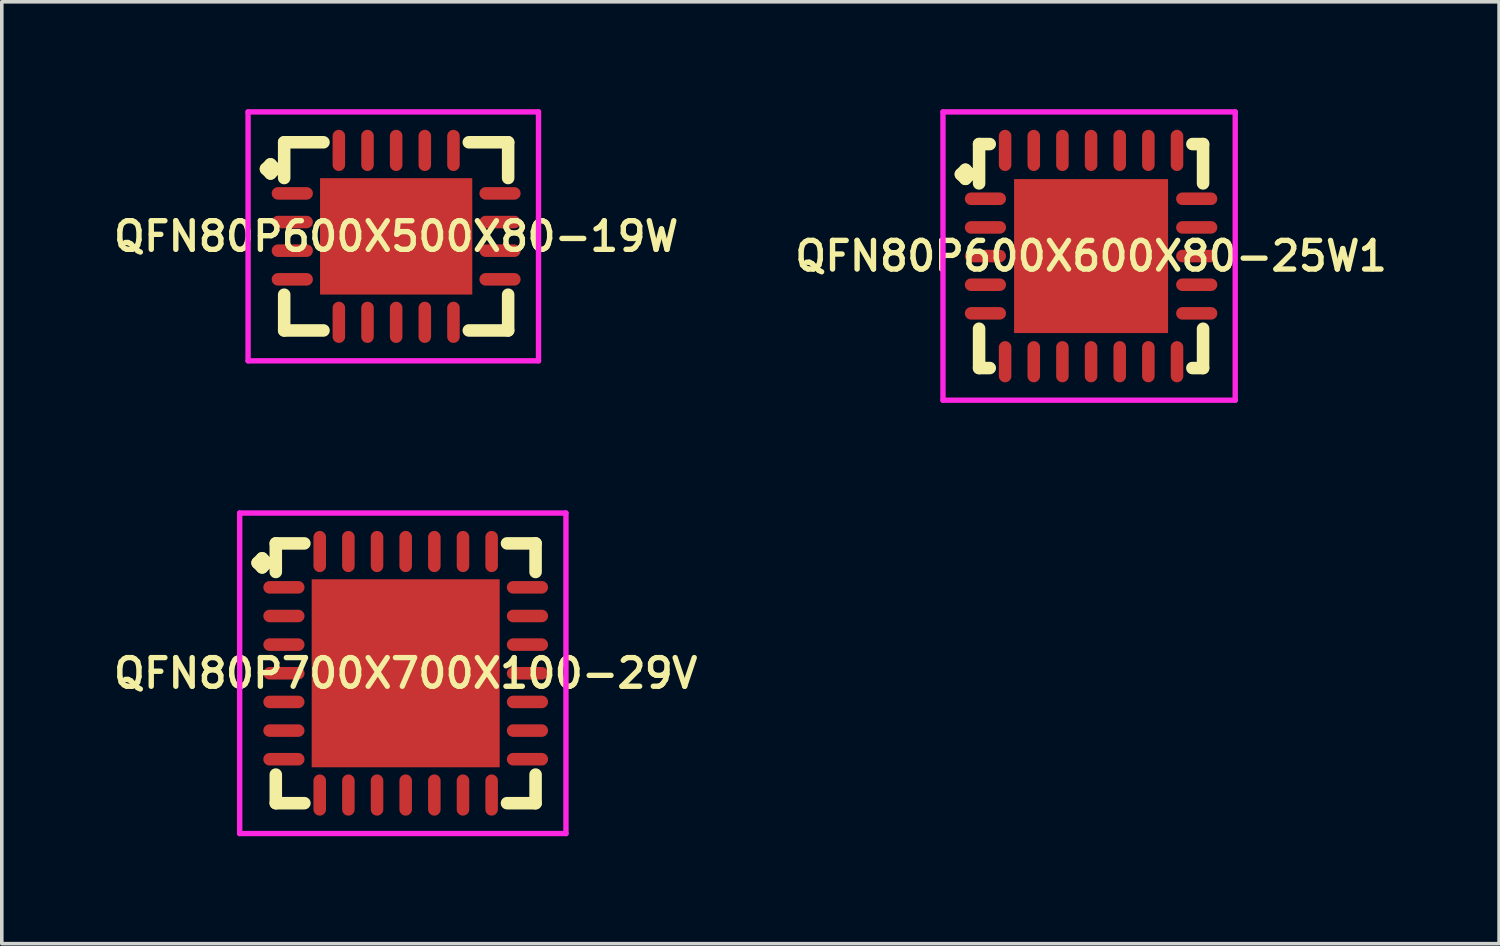
<source format=kicad_pcb>
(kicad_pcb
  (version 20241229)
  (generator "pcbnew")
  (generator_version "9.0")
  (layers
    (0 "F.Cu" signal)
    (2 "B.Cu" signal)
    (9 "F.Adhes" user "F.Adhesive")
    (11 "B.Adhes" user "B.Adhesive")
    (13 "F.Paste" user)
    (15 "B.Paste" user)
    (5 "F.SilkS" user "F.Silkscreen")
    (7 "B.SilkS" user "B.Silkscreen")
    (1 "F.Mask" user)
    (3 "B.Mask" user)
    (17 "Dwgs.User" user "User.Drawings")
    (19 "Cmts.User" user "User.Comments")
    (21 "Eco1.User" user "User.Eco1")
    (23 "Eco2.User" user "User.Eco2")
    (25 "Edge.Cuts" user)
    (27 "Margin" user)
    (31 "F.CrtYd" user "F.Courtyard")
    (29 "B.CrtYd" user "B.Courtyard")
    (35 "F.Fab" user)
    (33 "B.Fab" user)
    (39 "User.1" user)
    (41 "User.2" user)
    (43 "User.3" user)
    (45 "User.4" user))
  (footprint "QFN80P600X600X80-25W1"
    (layer "F.Cu")
    (at 27.416 4.1)
    (property "Reference" "QFN80P600X600X80-25W1" (at 0 0 0) (layer "F.SilkS") (effects (font (size 0.8 0.8) (thickness 0.15))))
    (attr smd)
    (fp_line (start -3.635 -2.283) (end -3.508 -2.41) (stroke (width 0.35) (type solid)) (layer "F.SilkS"))
    (fp_line (start -3.508 -2.41) (end -3.381 -2.283) (stroke (width 0.35) (type solid)) (layer "F.SilkS"))
    (fp_line (start -3.508 -2.156) (end -3.635 -2.283) (stroke (width 0.35) (type solid)) (layer "F.SilkS"))
    (fp_line (start -3.381 -2.283) (end -3.508 -2.156) (stroke (width 0.35) (type solid)) (layer "F.SilkS"))
    (fp_line (start -3.127 -3.127) (end -2.829 -3.127) (stroke (width 0.35) (type solid)) (layer "F.SilkS"))
    (fp_line (start -3.127 -2.029) (end -3.127 -3.127) (stroke (width 0.35) (type solid)) (layer "F.SilkS"))
    (fp_line (start -3.127 2.029) (end -3.127 3.127) (stroke (width 0.35) (type solid)) (layer "F.SilkS"))
    (fp_line (start -3.127 3.127) (end -2.829 3.127) (stroke (width 0.35) (type solid)) (layer "F.SilkS"))
    (fp_line (start 2.829 -3.127) (end 3.127 -3.127) (stroke (width 0.35) (type solid)) (layer "F.SilkS"))
    (fp_line (start 2.829 3.127) (end 3.127 3.127) (stroke (width 0.35) (type solid)) (layer "F.SilkS"))
    (fp_line (start 3.127 -3.127) (end 3.127 -2.029) (stroke (width 0.35) (type solid)) (layer "F.SilkS"))
    (fp_line (start 3.127 3.127) (end 3.127 2.029) (stroke (width 0.35) (type solid)) (layer "F.SilkS"))
    (fp_line (start -4.135 -4.025) (end 4.025 -4.025) (stroke (width 0.15) (type solid)) (layer "F.CrtYd"))
    (fp_line (start -4.135 4.025) (end -4.135 -4.025) (stroke (width 0.15) (type solid)) (layer "F.CrtYd"))
    (fp_line (start 4.025 -4.025) (end 4.025 4.025) (stroke (width 0.15) (type solid)) (layer "F.CrtYd"))
    (fp_line (start 4.025 4.025) (end -4.135 4.025) (stroke (width 0.15) (type solid)) (layer "F.CrtYd"))
    (pad "1" smd oval (at -2.95 -1.6) (size 1.15 0.35) (layers "F.Cu" "F.Mask" "F.Paste"))
    (pad "2" smd oval (at -2.95 -0.8) (size 1.15 0.35) (layers "F.Cu" "F.Mask" "F.Paste"))
    (pad "3" smd oval (at -2.95 0) (size 1.15 0.35) (layers "F.Cu" "F.Mask" "F.Paste"))
    (pad "4" smd oval (at -2.95 0.8) (size 1.15 0.35) (layers "F.Cu" "F.Mask" "F.Paste"))
    (pad "5" smd oval (at -2.95 1.6) (size 1.15 0.35) (layers "F.Cu" "F.Mask" "F.Paste"))
    (pad "6" smd oval (at -2.4 2.95) (size 0.35 1.15) (layers "F.Cu" "F.Mask" "F.Paste"))
    (pad "7" smd oval (at -1.6 2.95) (size 0.35 1.15) (layers "F.Cu" "F.Mask" "F.Paste"))
    (pad "8" smd oval (at -0.8 2.95) (size 0.35 1.15) (layers "F.Cu" "F.Mask" "F.Paste"))
    (pad "9" smd oval (at 0 2.95) (size 0.35 1.15) (layers "F.Cu" "F.Mask" "F.Paste"))
    (pad "10" smd oval (at 0.8 2.95) (size 0.35 1.15) (layers "F.Cu" "F.Mask" "F.Paste"))
    (pad "11" smd oval (at 1.6 2.95) (size 0.35 1.15) (layers "F.Cu" "F.Mask" "F.Paste"))
    (pad "12" smd oval (at 2.4 2.95) (size 0.35 1.15) (layers "F.Cu" "F.Mask" "F.Paste"))
    (pad "13" smd oval (at 2.95 1.6) (size 1.15 0.35) (layers "F.Cu" "F.Mask" "F.Paste"))
    (pad "14" smd oval (at 2.95 0.8) (size 1.15 0.35) (layers "F.Cu" "F.Mask" "F.Paste"))
    (pad "15" smd oval (at 2.95 0) (size 1.15 0.35) (layers "F.Cu" "F.Mask" "F.Paste"))
    (pad "16" smd oval (at 2.95 -0.8) (size 1.15 0.35) (layers "F.Cu" "F.Mask" "F.Paste"))
    (pad "17" smd oval (at 2.95 -1.6) (size 1.15 0.35) (layers "F.Cu" "F.Mask" "F.Paste"))
    (pad "18" smd oval (at 2.4 -2.95) (size 0.35 1.15) (layers "F.Cu" "F.Mask" "F.Paste"))
    (pad "19" smd oval (at 1.6 -2.95) (size 0.35 1.15) (layers "F.Cu" "F.Mask" "F.Paste"))
    (pad "20" smd oval (at 0.8 -2.95) (size 0.35 1.15) (layers "F.Cu" "F.Mask" "F.Paste"))
    (pad "21" smd oval (at 0 -2.95) (size 0.35 1.15) (layers "F.Cu" "F.Mask" "F.Paste"))
    (pad "22" smd oval (at -0.8 -2.95) (size 0.35 1.15) (layers "F.Cu" "F.Mask" "F.Paste"))
    (pad "23" smd oval (at -1.6 -2.95) (size 0.35 1.15) (layers "F.Cu" "F.Mask" "F.Paste"))
    (pad "24" smd oval (at -2.4 -2.95) (size 0.35 1.15) (layers "F.Cu" "F.Mask" "F.Paste"))
    (pad "25" smd rect (at 0 0) (size 4.3 4.3) (layers "F.Cu" "F.Mask" "F.Paste")))
  (footprint "QFN80P700X700X100-29V"
    (layer "F.Cu")
    (at 8.278 15.75)
    (property "Reference" "QFN80P700X700X100-29V" (at 0 0 0) (layer "F.SilkS") (effects (font (size 0.8 0.8) (thickness 0.15))))
    (attr smd)
    (fp_line (start -4.135 -3.083) (end -4.008 -3.21) (stroke (width 0.35) (type solid)) (layer "F.SilkS"))
    (fp_line (start -4.008 -3.21) (end -3.881 -3.083) (stroke (width 0.35) (type solid)) (layer "F.SilkS"))
    (fp_line (start -4.008 -2.956) (end -4.135 -3.083) (stroke (width 0.35) (type solid)) (layer "F.SilkS"))
    (fp_line (start -3.881 -3.083) (end -4.008 -2.956) (stroke (width 0.35) (type solid)) (layer "F.SilkS"))
    (fp_line (start -3.627 -3.627) (end -2.829 -3.627) (stroke (width 0.35) (type solid)) (layer "F.SilkS"))
    (fp_line (start -3.627 -2.829) (end -3.627 -3.627) (stroke (width 0.35) (type solid)) (layer "F.SilkS"))
    (fp_line (start -3.627 2.829) (end -3.627 3.627) (stroke (width 0.35) (type solid)) (layer "F.SilkS"))
    (fp_line (start -3.627 3.627) (end -2.829 3.627) (stroke (width 0.35) (type solid)) (layer "F.SilkS"))
    (fp_line (start 2.829 -3.627) (end 3.627 -3.627) (stroke (width 0.35) (type solid)) (layer "F.SilkS"))
    (fp_line (start 2.829 3.627) (end 3.627 3.627) (stroke (width 0.35) (type solid)) (layer "F.SilkS"))
    (fp_line (start 3.627 -3.627) (end 3.627 -2.829) (stroke (width 0.35) (type solid)) (layer "F.SilkS"))
    (fp_line (start 3.627 3.627) (end 3.627 2.829) (stroke (width 0.35) (type solid)) (layer "F.SilkS"))
    (fp_line (start -4.635 -4.475) (end 4.475 -4.475) (stroke (width 0.15) (type solid)) (layer "F.CrtYd"))
    (fp_line (start -4.635 4.475) (end -4.635 -4.475) (stroke (width 0.15) (type solid)) (layer "F.CrtYd"))
    (fp_line (start 4.475 -4.475) (end 4.475 4.475) (stroke (width 0.15) (type solid)) (layer "F.CrtYd"))
    (fp_line (start 4.475 4.475) (end -4.635 4.475) (stroke (width 0.15) (type solid)) (layer "F.CrtYd"))
    (pad "1" smd oval (at -3.4 -2.4) (size 1.15 0.35) (layers "F.Cu" "F.Mask" "F.Paste"))
    (pad "2" smd oval (at -3.4 -1.6) (size 1.15 0.35) (layers "F.Cu" "F.Mask" "F.Paste"))
    (pad "3" smd oval (at -3.4 -0.8) (size 1.15 0.35) (layers "F.Cu" "F.Mask" "F.Paste"))
    (pad "4" smd oval (at -3.4 0) (size 1.15 0.35) (layers "F.Cu" "F.Mask" "F.Paste"))
    (pad "5" smd oval (at -3.4 0.8) (size 1.15 0.35) (layers "F.Cu" "F.Mask" "F.Paste"))
    (pad "6" smd oval (at -3.4 1.6) (size 1.15 0.35) (layers "F.Cu" "F.Mask" "F.Paste"))
    (pad "7" smd oval (at -3.4 2.4) (size 1.15 0.35) (layers "F.Cu" "F.Mask" "F.Paste"))
    (pad "8" smd oval (at -2.4 3.4) (size 0.35 1.15) (layers "F.Cu" "F.Mask" "F.Paste"))
    (pad "9" smd oval (at -1.6 3.4) (size 0.35 1.15) (layers "F.Cu" "F.Mask" "F.Paste"))
    (pad "10" smd oval (at -0.8 3.4) (size 0.35 1.15) (layers "F.Cu" "F.Mask" "F.Paste"))
    (pad "11" smd oval (at 0 3.4) (size 0.35 1.15) (layers "F.Cu" "F.Mask" "F.Paste"))
    (pad "12" smd oval (at 0.8 3.4) (size 0.35 1.15) (layers "F.Cu" "F.Mask" "F.Paste"))
    (pad "13" smd oval (at 1.6 3.4) (size 0.35 1.15) (layers "F.Cu" "F.Mask" "F.Paste"))
    (pad "14" smd oval (at 2.4 3.4) (size 0.35 1.15) (layers "F.Cu" "F.Mask" "F.Paste"))
    (pad "15" smd oval (at 3.4 2.4) (size 1.15 0.35) (layers "F.Cu" "F.Mask" "F.Paste"))
    (pad "16" smd oval (at 3.4 1.6) (size 1.15 0.35) (layers "F.Cu" "F.Mask" "F.Paste"))
    (pad "17" smd oval (at 3.4 0.8) (size 1.15 0.35) (layers "F.Cu" "F.Mask" "F.Paste"))
    (pad "18" smd oval (at 3.4 0) (size 1.15 0.35) (layers "F.Cu" "F.Mask" "F.Paste"))
    (pad "19" smd oval (at 3.4 -0.8) (size 1.15 0.35) (layers "F.Cu" "F.Mask" "F.Paste"))
    (pad "20" smd oval (at 3.4 -1.6) (size 1.15 0.35) (layers "F.Cu" "F.Mask" "F.Paste"))
    (pad "21" smd oval (at 3.4 -2.4) (size 1.15 0.35) (layers "F.Cu" "F.Mask" "F.Paste"))
    (pad "22" smd oval (at 2.4 -3.4) (size 0.35 1.15) (layers "F.Cu" "F.Mask" "F.Paste"))
    (pad "23" smd oval (at 1.6 -3.4) (size 0.35 1.15) (layers "F.Cu" "F.Mask" "F.Paste"))
    (pad "24" smd oval (at 0.8 -3.4) (size 0.35 1.15) (layers "F.Cu" "F.Mask" "F.Paste"))
    (pad "25" smd oval (at 0 -3.4) (size 0.35 1.15) (layers "F.Cu" "F.Mask" "F.Paste"))
    (pad "26" smd oval (at -0.8 -3.4) (size 0.35 1.15) (layers "F.Cu" "F.Mask" "F.Paste"))
    (pad "27" smd oval (at -1.6 -3.4) (size 0.35 1.15) (layers "F.Cu" "F.Mask" "F.Paste"))
    (pad "28" smd oval (at -2.4 -3.4) (size 0.35 1.15) (layers "F.Cu" "F.Mask" "F.Paste"))
    (pad "29" smd rect (at 0 0) (size 5.25 5.25) (layers "F.Cu" "F.Mask" "F.Paste")))
  (footprint "QFN80P600X500X80-19W"
    (layer "F.Cu")
    (at 8.012 3.55)
    (property "Reference" "QFN80P600X500X80-19W" (at 0 0 0) (layer "F.SilkS") (effects (font (size 0.8 0.8) (thickness 0.15))))
    (attr smd)
    (fp_line (start -3.635 -1.883) (end -3.508 -2.01) (stroke (width 0.35) (type solid)) (layer "F.SilkS"))
    (fp_line (start -3.508 -2.01) (end -3.381 -1.883) (stroke (width 0.35) (type solid)) (layer "F.SilkS"))
    (fp_line (start -3.508 -1.756) (end -3.635 -1.883) (stroke (width 0.35) (type solid)) (layer "F.SilkS"))
    (fp_line (start -3.381 -1.883) (end -3.508 -1.756) (stroke (width 0.35) (type solid)) (layer "F.SilkS"))
    (fp_line (start -3.127 -2.627) (end -2.029 -2.627) (stroke (width 0.35) (type solid)) (layer "F.SilkS"))
    (fp_line (start -3.127 -1.629) (end -3.127 -2.627) (stroke (width 0.35) (type solid)) (layer "F.SilkS"))
    (fp_line (start -3.127 1.629) (end -3.127 2.627) (stroke (width 0.35) (type solid)) (layer "F.SilkS"))
    (fp_line (start -3.127 2.627) (end -2.029 2.627) (stroke (width 0.35) (type solid)) (layer "F.SilkS"))
    (fp_line (start 2.029 -2.627) (end 3.127 -2.627) (stroke (width 0.35) (type solid)) (layer "F.SilkS"))
    (fp_line (start 2.029 2.627) (end 3.127 2.627) (stroke (width 0.35) (type solid)) (layer "F.SilkS"))
    (fp_line (start 3.127 -2.627) (end 3.127 -1.629) (stroke (width 0.35) (type solid)) (layer "F.SilkS"))
    (fp_line (start 3.127 2.627) (end 3.127 1.629) (stroke (width 0.35) (type solid)) (layer "F.SilkS"))
    (fp_line (start -4.135 -3.475) (end 3.975 -3.475) (stroke (width 0.15) (type solid)) (layer "F.CrtYd"))
    (fp_line (start -4.135 3.475) (end -4.135 -3.475) (stroke (width 0.15) (type solid)) (layer "F.CrtYd"))
    (fp_line (start 3.975 -3.475) (end 3.975 3.475) (stroke (width 0.15) (type solid)) (layer "F.CrtYd"))
    (fp_line (start 3.975 3.475) (end -4.135 3.475) (stroke (width 0.15) (type solid)) (layer "F.CrtYd"))
    (pad "1" smd oval (at -2.9 -1.2) (size 1.15 0.35) (layers "F.Cu" "F.Mask" "F.Paste"))
    (pad "2" smd oval (at -2.9 -0.4) (size 1.15 0.35) (layers "F.Cu" "F.Mask" "F.Paste"))
    (pad "3" smd oval (at -2.9 0.4) (size 1.15 0.35) (layers "F.Cu" "F.Mask" "F.Paste"))
    (pad "4" smd oval (at -2.9 1.2) (size 1.15 0.35) (layers "F.Cu" "F.Mask" "F.Paste"))
    (pad "5" smd oval (at -1.6 2.4) (size 0.35 1.15) (layers "F.Cu" "F.Mask" "F.Paste"))
    (pad "6" smd oval (at -0.8 2.4) (size 0.35 1.15) (layers "F.Cu" "F.Mask" "F.Paste"))
    (pad "7" smd oval (at 0 2.4) (size 0.35 1.15) (layers "F.Cu" "F.Mask" "F.Paste"))
    (pad "8" smd oval (at 0.8 2.4) (size 0.35 1.15) (layers "F.Cu" "F.Mask" "F.Paste"))
    (pad "9" smd oval (at 1.6 2.4) (size 0.35 1.15) (layers "F.Cu" "F.Mask" "F.Paste"))
    (pad "10" smd oval (at 2.9 1.2) (size 1.15 0.35) (layers "F.Cu" "F.Mask" "F.Paste"))
    (pad "11" smd oval (at 2.9 0.4) (size 1.15 0.35) (layers "F.Cu" "F.Mask" "F.Paste"))
    (pad "12" smd oval (at 2.9 -0.4) (size 1.15 0.35) (layers "F.Cu" "F.Mask" "F.Paste"))
    (pad "13" smd oval (at 2.9 -1.2) (size 1.15 0.35) (layers "F.Cu" "F.Mask" "F.Paste"))
    (pad "14" smd oval (at 1.6 -2.4) (size 0.35 1.15) (layers "F.Cu" "F.Mask" "F.Paste"))
    (pad "15" smd oval (at 0.8 -2.4) (size 0.35 1.15) (layers "F.Cu" "F.Mask" "F.Paste"))
    (pad "16" smd oval (at 0 -2.4) (size 0.35 1.15) (layers "F.Cu" "F.Mask" "F.Paste"))
    (pad "17" smd oval (at -0.8 -2.4) (size 0.35 1.15) (layers "F.Cu" "F.Mask" "F.Paste"))
    (pad "18" smd oval (at -1.6 -2.4) (size 0.35 1.15) (layers "F.Cu" "F.Mask" "F.Paste"))
    (pad "19" smd rect (at 0 0) (size 4.25 3.25) (layers "F.Cu" "F.Mask" "F.Paste")))
  (gr_rect
    (start -3 -3)
    (end 38.809 23.3)
    (stroke (width 0.1) (type default))
    (fill no)
    (layer "Edge.Cuts")))
</source>
